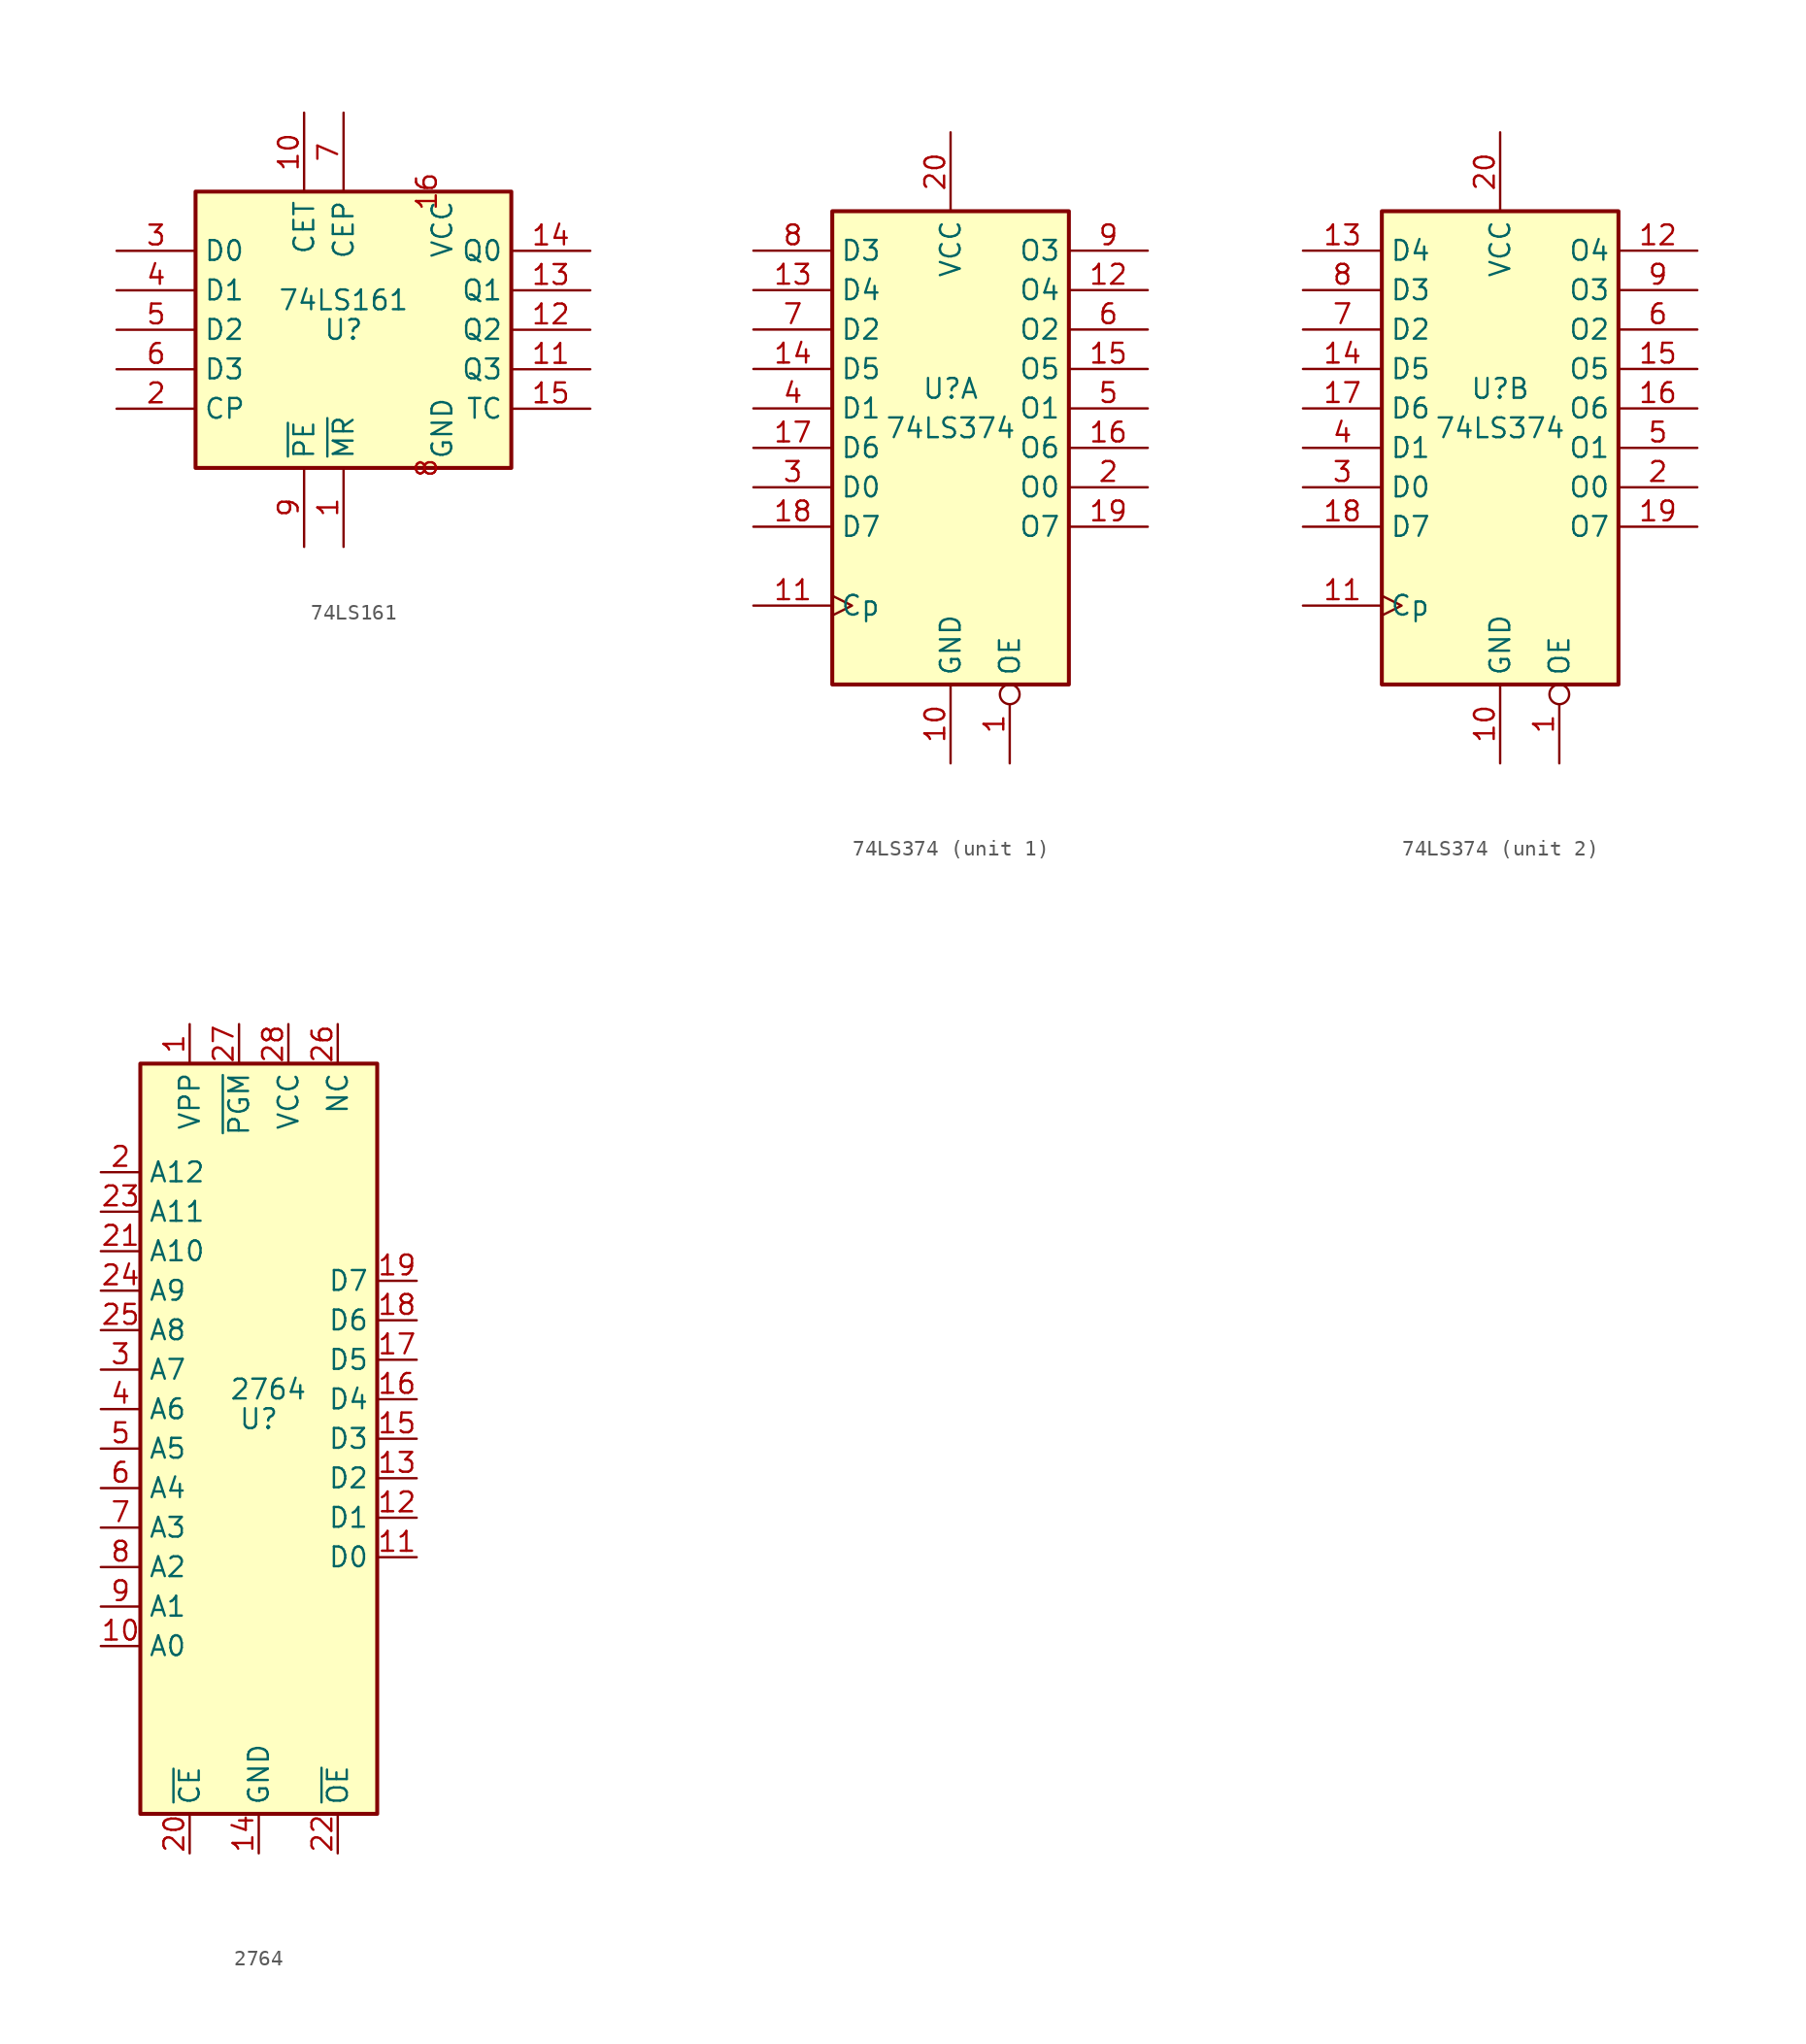
<source format=kicad_sym>
(kicad_symbol_lib
  (version 20211014)
  (generator kicad_symbol_editor)
  (symbol "74LS161"
    (property "Reference" "U"
      (at 0 0 0)
      (effects (font (size 1.27 1.27))))
    (property "Value" "74LS161"
      (at 0 1.905 0)
      (effects (font (size 1.27 1.27))))
    (symbol "74LS161_1_0"
      (pin input line (at 0 -13.97 90) (length 5.08) (name "~{MR}" (effects (font (size 1.27 1.27)))) (number "1" (effects (font (size 1.27 1.27)))))
      (pin input line (at -2.54 13.97 270) (length 5.08) (name "CET" (effects (font (size 1.27 1.27)))) (number "10" (effects (font (size 1.27 1.27)))))
      (pin output line (at 15.875 -2.54 180) (length 5.08) (name "Q3" (effects (font (size 1.27 1.27)))) (number "11" (effects (font (size 1.27 1.27)))))
      (pin output line (at 15.875 0 180) (length 5.08) (name "Q2" (effects (font (size 1.27 1.27)))) (number "12" (effects (font (size 1.27 1.27)))))
      (pin output line (at 15.875 2.54 180) (length 5.08) (name "Q1" (effects (font (size 1.27 1.27)))) (number "13" (effects (font (size 1.27 1.27)))))
      (pin output line (at 15.875 5.08 180) (length 5.08) (name "Q0" (effects (font (size 1.27 1.27)))) (number "14" (effects (font (size 1.27 1.27)))))
      (pin output line (at 15.875 -5.08 180) (length 5.08) (name "TC" (effects (font (size 1.27 1.27)))) (number "15" (effects (font (size 1.27 1.27)))))
      (pin power_in line (at 6.35 8.89 270) (length 0) (name "VCC" (effects (font (size 1.27 1.27)))) (number "16" (effects (font (size 1.27 1.27)))))
      (pin input line (at -14.605 -5.08 0) (length 5.08) (name "CP" (effects (font (size 1.27 1.27)))) (number "2" (effects (font (size 1.27 1.27)))))
      (pin input line (at -14.605 5.08 0) (length 5.08) (name "D0" (effects (font (size 1.27 1.27)))) (number "3" (effects (font (size 1.27 1.27)))))
      (pin input line (at -14.605 2.54 0) (length 5.08) (name "D1" (effects (font (size 1.27 1.27)))) (number "4" (effects (font (size 1.27 1.27)))))
      (pin input line (at -14.605 0 0) (length 5.08) (name "D2" (effects (font (size 1.27 1.27)))) (number "5" (effects (font (size 1.27 1.27)))))
      (pin input line (at -14.605 -2.54 0) (length 5.08) (name "D3" (effects (font (size 1.27 1.27)))) (number "6" (effects (font (size 1.27 1.27)))))
      (pin input line (at 0 13.97 270) (length 5.08) (name "CEP" (effects (font (size 1.27 1.27)))) (number "7" (effects (font (size 1.27 1.27)))))
      (pin power_in line (at 6.35 -8.89 90) (length 0) (name "GND" (effects (font (size 1.27 1.27)))) (number "8" (effects (font (size 1.27 1.27)))))
      (pin input line (at -2.54 -13.97 90) (length 5.08) (name "~{PE}" (effects (font (size 1.27 1.27)))) (number "9" (effects (font (size 1.27 1.27))))))
    (symbol "74LS161_1_1"
      (rectangle (start -9.525 8.89) (end 10.795 -8.89) (stroke (width 0.254) (type default) (color 0 0 0 0)) (fill (type background)))))
  (symbol "74LS374"
    (property "Reference" "U"
      (at 0 3.81 0)
      (effects (font (size 1.27 1.27))))
    (property "Value" "74LS374"
      (at 0 1.27 0)
      (effects (font (size 1.27 1.27))))
    (symbol "74LS374_1_0"
      (pin input inverted (at 3.81 -20.32 90) (length 5.08) (name "OE" (effects (font (size 1.27 1.27)))) (number "1" (effects (font (size 1.27 1.27)))))
      (pin power_in line (at 0 -20.32 90) (length 5.08) (name "GND" (effects (font (size 1.27 1.27)))) (number "10" (effects (font (size 1.27 1.27)))))
      (pin input clock (at -12.7 -10.16 0) (length 5.08) (name "Cp" (effects (font (size 1.27 1.27)))) (number "11" (effects (font (size 1.27 1.27)))))
      (pin tri_state line (at 12.7 10.16 180) (length 5.08) (name "O4" (effects (font (size 1.27 1.27)))) (number "12" (effects (font (size 1.27 1.27)))))
      (pin input line (at -12.7 10.16 0) (length 5.08) (name "D4" (effects (font (size 1.27 1.27)))) (number "13" (effects (font (size 1.27 1.27)))))
      (pin input line (at -12.7 5.08 0) (length 5.08) (name "D5" (effects (font (size 1.27 1.27)))) (number "14" (effects (font (size 1.27 1.27)))))
      (pin tri_state line (at 12.7 5.08 180) (length 5.08) (name "O5" (effects (font (size 1.27 1.27)))) (number "15" (effects (font (size 1.27 1.27)))))
      (pin tri_state line (at 12.7 0 180) (length 5.08) (name "O6" (effects (font (size 1.27 1.27)))) (number "16" (effects (font (size 1.27 1.27)))))
      (pin input line (at -12.7 0 0) (length 5.08) (name "D6" (effects (font (size 1.27 1.27)))) (number "17" (effects (font (size 1.27 1.27)))))
      (pin input line (at -12.7 -5.08 0) (length 5.08) (name "D7" (effects (font (size 1.27 1.27)))) (number "18" (effects (font (size 1.27 1.27)))))
      (pin tri_state line (at 12.7 -5.08 180) (length 5.08) (name "O7" (effects (font (size 1.27 1.27)))) (number "19" (effects (font (size 1.27 1.27)))))
      (pin tri_state line (at 12.7 -2.54 180) (length 5.08) (name "O0" (effects (font (size 1.27 1.27)))) (number "2" (effects (font (size 1.27 1.27)))))
      (pin power_in line (at 0 20.32 270) (length 5.08) (name "VCC" (effects (font (size 1.27 1.27)))) (number "20" (effects (font (size 1.27 1.27)))))
      (pin input line (at -12.7 -2.54 0) (length 5.08) (name "D0" (effects (font (size 1.27 1.27)))) (number "3" (effects (font (size 1.27 1.27)))))
      (pin input line (at -12.7 2.54 0) (length 5.08) (name "D1" (effects (font (size 1.27 1.27)))) (number "4" (effects (font (size 1.27 1.27)))))
      (pin tri_state line (at 12.7 2.54 180) (length 5.08) (name "O1" (effects (font (size 1.27 1.27)))) (number "5" (effects (font (size 1.27 1.27)))))
      (pin tri_state line (at 12.7 7.62 180) (length 5.08) (name "O2" (effects (font (size 1.27 1.27)))) (number "6" (effects (font (size 1.27 1.27)))))
      (pin input line (at -12.7 7.62 0) (length 5.08) (name "D2" (effects (font (size 1.27 1.27)))) (number "7" (effects (font (size 1.27 1.27)))))
      (pin input line (at -12.7 12.7 0) (length 5.08) (name "D3" (effects (font (size 1.27 1.27)))) (number "8" (effects (font (size 1.27 1.27)))))
      (pin tri_state line (at 12.7 12.7 180) (length 5.08) (name "O3" (effects (font (size 1.27 1.27)))) (number "9" (effects (font (size 1.27 1.27))))))
    (symbol "74LS374_1_1"
      (rectangle (start -7.62 15.24) (end 7.62 -15.24) (stroke (width 0.254) (type default) (color 0 0 0 0)) (fill (type background))))
    (symbol "74LS374_2_0"
      (pin input inverted (at 3.81 -20.32 90) (length 5.08) (name "OE" (effects (font (size 1.27 1.27)))) (number "1" (effects (font (size 1.27 1.27)))))
      (pin power_in line (at 0 -20.32 90) (length 5.08) (name "GND" (effects (font (size 1.27 1.27)))) (number "10" (effects (font (size 1.27 1.27)))))
      (pin input clock (at -12.7 -10.16 0) (length 5.08) (name "Cp" (effects (font (size 1.27 1.27)))) (number "11" (effects (font (size 1.27 1.27)))))
      (pin tri_state line (at 12.7 12.7 180) (length 5.08) (name "O4" (effects (font (size 1.27 1.27)))) (number "12" (effects (font (size 1.27 1.27)))))
      (pin input line (at -12.7 12.7 0) (length 5.08) (name "D4" (effects (font (size 1.27 1.27)))) (number "13" (effects (font (size 1.27 1.27)))))
      (pin input line (at -12.7 5.08 0) (length 5.08) (name "D5" (effects (font (size 1.27 1.27)))) (number "14" (effects (font (size 1.27 1.27)))))
      (pin tri_state line (at 12.7 5.08 180) (length 5.08) (name "O5" (effects (font (size 1.27 1.27)))) (number "15" (effects (font (size 1.27 1.27)))))
      (pin tri_state line (at 12.7 2.54 180) (length 5.08) (name "O6" (effects (font (size 1.27 1.27)))) (number "16" (effects (font (size 1.27 1.27)))))
      (pin input line (at -12.7 2.54 0) (length 5.08) (name "D6" (effects (font (size 1.27 1.27)))) (number "17" (effects (font (size 1.27 1.27)))))
      (pin input line (at -12.7 -5.08 0) (length 5.08) (name "D7" (effects (font (size 1.27 1.27)))) (number "18" (effects (font (size 1.27 1.27)))))
      (pin tri_state line (at 12.7 -5.08 180) (length 5.08) (name "O7" (effects (font (size 1.27 1.27)))) (number "19" (effects (font (size 1.27 1.27)))))
      (pin tri_state line (at 12.7 -2.54 180) (length 5.08) (name "O0" (effects (font (size 1.27 1.27)))) (number "2" (effects (font (size 1.27 1.27)))))
      (pin power_in line (at 0 20.32 270) (length 5.08) (name "VCC" (effects (font (size 1.27 1.27)))) (number "20" (effects (font (size 1.27 1.27)))))
      (pin input line (at -12.7 -2.54 0) (length 5.08) (name "D0" (effects (font (size 1.27 1.27)))) (number "3" (effects (font (size 1.27 1.27)))))
      (pin input line (at -12.7 0 0) (length 5.08) (name "D1" (effects (font (size 1.27 1.27)))) (number "4" (effects (font (size 1.27 1.27)))))
      (pin tri_state line (at 12.7 0 180) (length 5.08) (name "O1" (effects (font (size 1.27 1.27)))) (number "5" (effects (font (size 1.27 1.27)))))
      (pin tri_state line (at 12.7 7.62 180) (length 5.08) (name "O2" (effects (font (size 1.27 1.27)))) (number "6" (effects (font (size 1.27 1.27)))))
      (pin input line (at -12.7 7.62 0) (length 5.08) (name "D2" (effects (font (size 1.27 1.27)))) (number "7" (effects (font (size 1.27 1.27)))))
      (pin input line (at -12.7 10.16 0) (length 5.08) (name "D3" (effects (font (size 1.27 1.27)))) (number "8" (effects (font (size 1.27 1.27)))))
      (pin tri_state line (at 12.7 10.16 180) (length 5.08) (name "O3" (effects (font (size 1.27 1.27)))) (number "9" (effects (font (size 1.27 1.27))))))
    (symbol "74LS374_2_1"
      (rectangle (start -7.62 15.24) (end 7.62 -15.24) (stroke (width 0.254) (type default) (color 0 0 0 0)) (fill (type background)))))
  (symbol "2764"
    (property "Reference" "U"
      (at 0 0 0)
      (effects (font (size 1.27 1.27))))
    (property "Value" "2764"
      (at -1.905 1.905 0)
      (effects (font (size 1.27 1.27)) (justify left)))
    (symbol "2764_1_1"
      (rectangle (start -7.62 22.86) (end 7.62 -25.4) (stroke (width 0.254) (type default) (color 0 0 0 0)) (fill (type background)))
      (pin input line (at -4.445 25.4 270) (length 2.54) (name "VPP" (effects (font (size 1.27 1.27)))) (number "1" (effects (font (size 1.27 1.27)))))
      (pin input line (at -10.16 -14.605 0) (length 2.54) (name "A0" (effects (font (size 1.27 1.27)))) (number "10" (effects (font (size 1.27 1.27)))))
      (pin tri_state line (at 10.16 -8.89 180) (length 2.54) (name "D0" (effects (font (size 1.27 1.27)))) (number "11" (effects (font (size 1.27 1.27)))))
      (pin tri_state line (at 10.16 -6.35 180) (length 2.54) (name "D1" (effects (font (size 1.27 1.27)))) (number "12" (effects (font (size 1.27 1.27)))))
      (pin tri_state line (at 10.16 -3.81 180) (length 2.54) (name "D2" (effects (font (size 1.27 1.27)))) (number "13" (effects (font (size 1.27 1.27)))))
      (pin power_in line (at 0 -27.94 90) (length 2.54) (name "GND" (effects (font (size 1.27 1.27)))) (number "14" (effects (font (size 1.27 1.27)))))
      (pin tri_state line (at 10.16 -1.27 180) (length 2.54) (name "D3" (effects (font (size 1.27 1.27)))) (number "15" (effects (font (size 1.27 1.27)))))
      (pin tri_state line (at 10.16 1.27 180) (length 2.54) (name "D4" (effects (font (size 1.27 1.27)))) (number "16" (effects (font (size 1.27 1.27)))))
      (pin tri_state line (at 10.16 3.81 180) (length 2.54) (name "D5" (effects (font (size 1.27 1.27)))) (number "17" (effects (font (size 1.27 1.27)))))
      (pin tri_state line (at 10.16 6.35 180) (length 2.54) (name "D6" (effects (font (size 1.27 1.27)))) (number "18" (effects (font (size 1.27 1.27)))))
      (pin tri_state line (at 10.16 8.89 180) (length 2.54) (name "D7" (effects (font (size 1.27 1.27)))) (number "19" (effects (font (size 1.27 1.27)))))
      (pin input line (at -10.16 15.875 0) (length 2.54) (name "A12" (effects (font (size 1.27 1.27)))) (number "2" (effects (font (size 1.27 1.27)))))
      (pin input line (at -4.445 -27.94 90) (length 2.54) (name "~{CE}" (effects (font (size 1.27 1.27)))) (number "20" (effects (font (size 1.27 1.27)))))
      (pin input line (at -10.16 10.795 0) (length 2.54) (name "A10" (effects (font (size 1.27 1.27)))) (number "21" (effects (font (size 1.27 1.27)))))
      (pin input line (at 5.08 -27.94 90) (length 2.54) (name "~{OE}" (effects (font (size 1.27 1.27)))) (number "22" (effects (font (size 1.27 1.27)))))
      (pin input line (at -10.16 13.335 0) (length 2.54) (name "A11" (effects (font (size 1.27 1.27)))) (number "23" (effects (font (size 1.27 1.27)))))
      (pin input line (at -10.16 8.255 0) (length 2.54) (name "A9" (effects (font (size 1.27 1.27)))) (number "24" (effects (font (size 1.27 1.27)))))
      (pin input line (at -10.16 5.715 0) (length 2.54) (name "A8" (effects (font (size 1.27 1.27)))) (number "25" (effects (font (size 1.27 1.27)))))
      (pin input line (at 5.08 25.4 270) (length 2.54) (name "NC" (effects (font (size 1.27 1.27)))) (number "26" (effects (font (size 1.27 1.27)))))
      (pin input line (at -1.27 25.4 270) (length 2.54) (name "~{PGM}" (effects (font (size 1.27 1.27)))) (number "27" (effects (font (size 1.27 1.27)))))
      (pin power_in line (at 1.905 25.4 270) (length 2.54) (name "VCC" (effects (font (size 1.27 1.27)))) (number "28" (effects (font (size 1.27 1.27)))))
      (pin input line (at -10.16 3.175 0) (length 2.54) (name "A7" (effects (font (size 1.27 1.27)))) (number "3" (effects (font (size 1.27 1.27)))))
      (pin input line (at -10.16 0.635 0) (length 2.54) (name "A6" (effects (font (size 1.27 1.27)))) (number "4" (effects (font (size 1.27 1.27)))))
      (pin input line (at -10.16 -1.905 0) (length 2.54) (name "A5" (effects (font (size 1.27 1.27)))) (number "5" (effects (font (size 1.27 1.27)))))
      (pin input line (at -10.16 -4.445 0) (length 2.54) (name "A4" (effects (font (size 1.27 1.27)))) (number "6" (effects (font (size 1.27 1.27)))))
      (pin input line (at -10.16 -6.985 0) (length 2.54) (name "A3" (effects (font (size 1.27 1.27)))) (number "7" (effects (font (size 1.27 1.27)))))
      (pin input line (at -10.16 -9.525 0) (length 2.54) (name "A2" (effects (font (size 1.27 1.27)))) (number "8" (effects (font (size 1.27 1.27)))))
      (pin input line (at -10.16 -12.065 0) (length 2.54) (name "A1" (effects (font (size 1.27 1.27)))) (number "9" (effects (font (size 1.27 1.27))))))))
</source>
